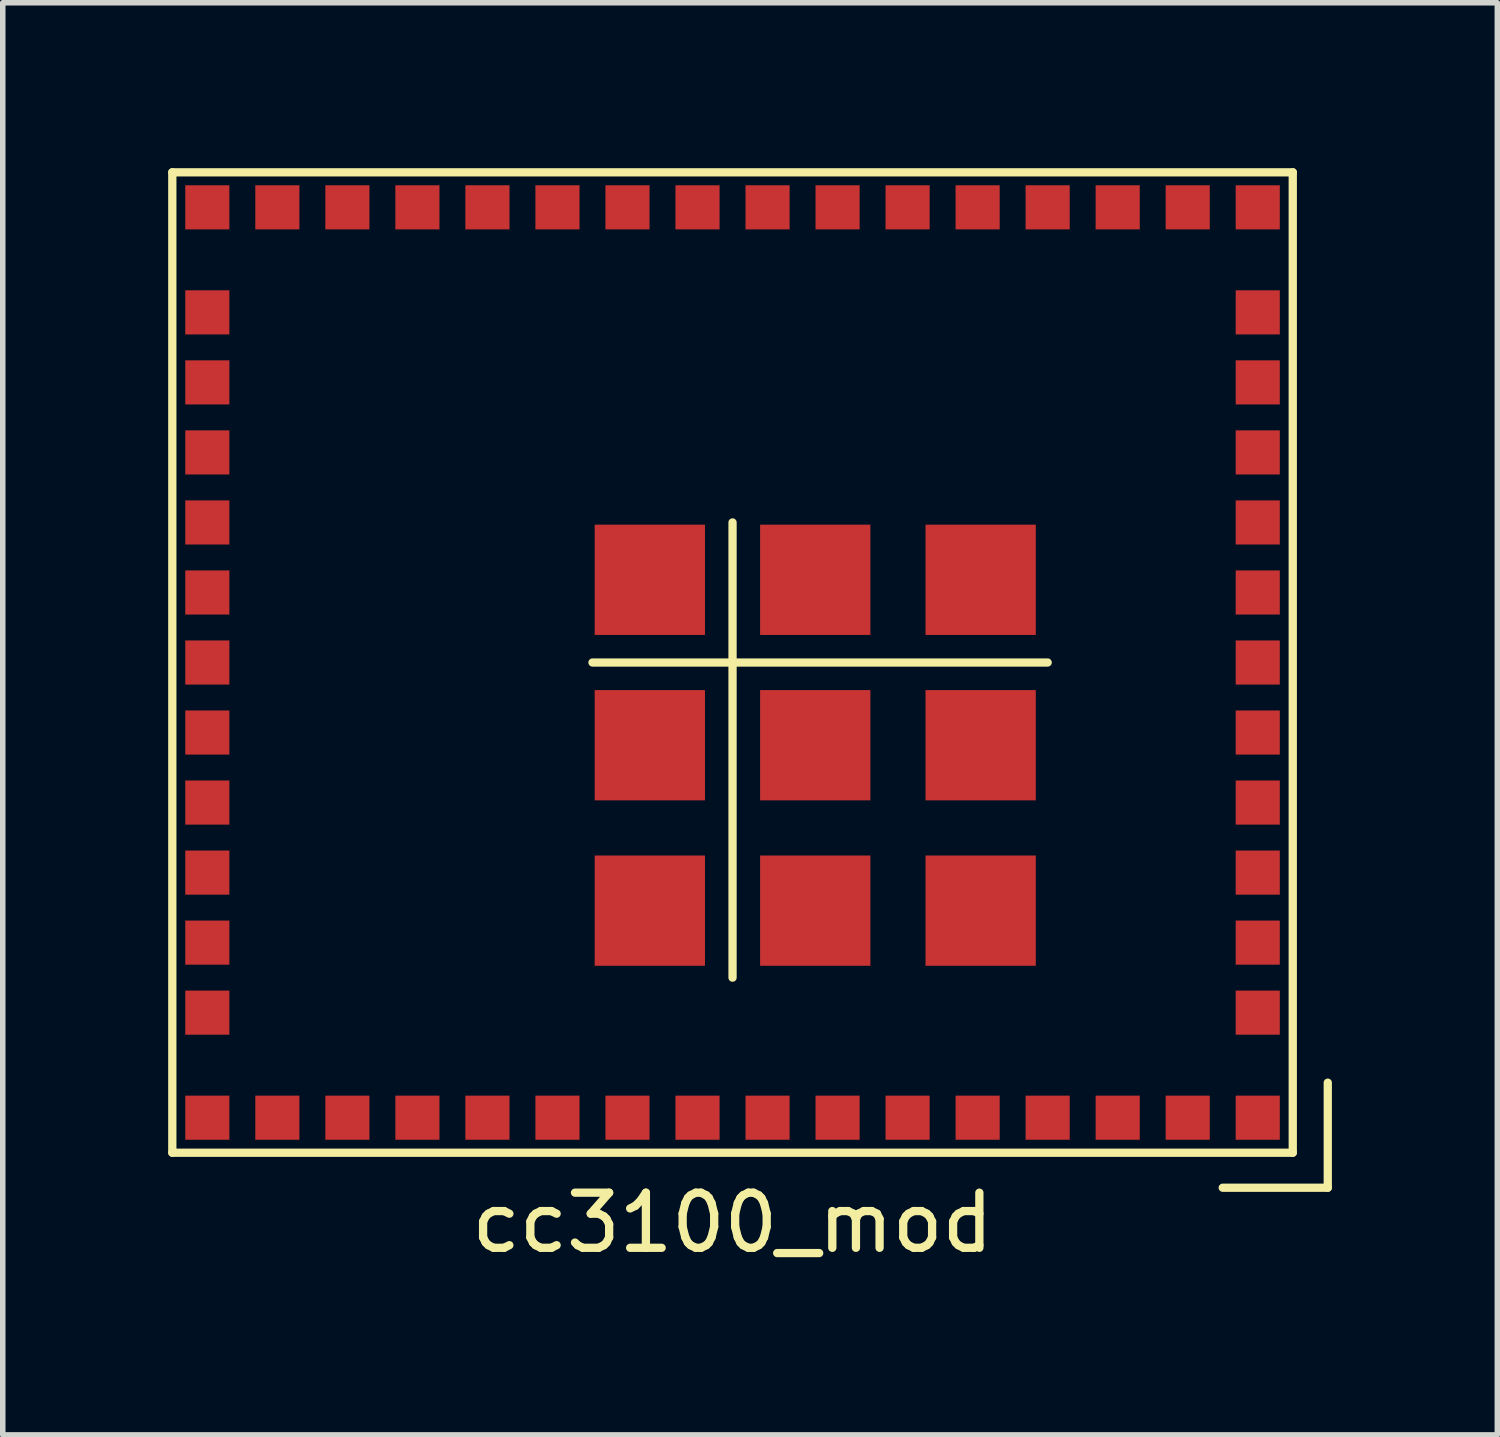
<source format=kicad_pcb>
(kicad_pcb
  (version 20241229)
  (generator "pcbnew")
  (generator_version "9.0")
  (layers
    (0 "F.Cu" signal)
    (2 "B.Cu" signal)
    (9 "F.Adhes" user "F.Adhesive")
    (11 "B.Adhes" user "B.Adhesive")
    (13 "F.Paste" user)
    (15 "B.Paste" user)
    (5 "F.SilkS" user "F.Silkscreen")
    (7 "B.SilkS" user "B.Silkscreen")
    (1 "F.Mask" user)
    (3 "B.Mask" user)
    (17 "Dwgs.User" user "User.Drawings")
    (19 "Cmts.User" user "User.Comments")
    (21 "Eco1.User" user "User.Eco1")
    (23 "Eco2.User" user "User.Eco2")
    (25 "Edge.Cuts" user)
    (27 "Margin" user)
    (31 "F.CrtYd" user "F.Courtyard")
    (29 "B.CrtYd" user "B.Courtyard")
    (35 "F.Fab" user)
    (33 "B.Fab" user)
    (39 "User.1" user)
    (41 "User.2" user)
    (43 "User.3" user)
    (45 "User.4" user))
  (footprint "cc3100_mod"
    (layer "F.Cu")
    (at 10.235 8.965)
    (property "Reference" "cc3100_mod" (at 0 10.16 0) (layer "F.SilkS") (effects (font (size 1 1) (thickness 0.15))))
    (attr through_hole)
    (fp_line (start -10.16 -8.89) (end 10.16 -8.89) (stroke (width 0.15) (type solid)) (layer "F.SilkS"))
    (fp_line (start -10.16 8.89) (end -10.16 -8.89) (stroke (width 0.15) (type solid)) (layer "F.SilkS"))
    (fp_line (start -2.54 0) (end 5.715 0) (stroke (width 0.15) (type solid)) (layer "F.SilkS"))
    (fp_line (start 0 -2.54) (end 0 5.715) (stroke (width 0.15) (type solid)) (layer "F.SilkS"))
    (fp_line (start 10.16 -8.89) (end 10.16 8.89) (stroke (width 0.15) (type solid)) (layer "F.SilkS"))
    (fp_line (start 10.16 8.89) (end -10.16 8.89) (stroke (width 0.15) (type solid)) (layer "F.SilkS"))
    (fp_line (start 10.795 7.62) (end 10.795 9.525) (stroke (width 0.15) (type solid)) (layer "F.SilkS"))
    (fp_line (start 10.795 9.525) (end 8.89 9.525) (stroke (width 0.15) (type solid)) (layer "F.SilkS"))
    (pad "1" smd rect (at 9.525 8.255) (size 0.8 0.8) (layers "F.Cu" "F.Mask" "F.Paste"))
    (pad "2" smd rect (at 8.255 8.255) (size 0.8 0.8) (layers "F.Cu" "F.Mask" "F.Paste"))
    (pad "3" smd rect (at 6.985 8.255) (size 0.8 0.8) (layers "F.Cu" "F.Mask" "F.Paste"))
    (pad "4" smd rect (at 5.715 8.255) (size 0.8 0.8) (layers "F.Cu" "F.Mask" "F.Paste"))
    (pad "5" smd rect (at 4.445 8.255) (size 0.8 0.8) (layers "F.Cu" "F.Mask" "F.Paste"))
    (pad "6" smd rect (at 3.175 8.255) (size 0.8 0.8) (layers "F.Cu" "F.Mask" "F.Paste"))
    (pad "7" smd rect (at 1.905 8.255) (size 0.8 0.8) (layers "F.Cu" "F.Mask" "F.Paste"))
    (pad "8" smd rect (at 0.635 8.255) (size 0.8 0.8) (layers "F.Cu" "F.Mask" "F.Paste"))
    (pad "9" smd rect (at -0.635 8.255) (size 0.8 0.8) (layers "F.Cu" "F.Mask" "F.Paste"))
    (pad "10" smd rect (at -1.905 8.255) (size 0.8 0.8) (layers "F.Cu" "F.Mask" "F.Paste"))
    (pad "11" smd rect (at -3.175 8.255) (size 0.8 0.8) (layers "F.Cu" "F.Mask" "F.Paste"))
    (pad "12" smd rect (at -4.445 8.255) (size 0.8 0.8) (layers "F.Cu" "F.Mask" "F.Paste"))
    (pad "13" smd rect (at -5.715 8.255) (size 0.8 0.8) (layers "F.Cu" "F.Mask" "F.Paste"))
    (pad "14" smd rect (at -6.985 8.255) (size 0.8 0.8) (layers "F.Cu" "F.Mask" "F.Paste"))
    (pad "15" smd rect (at -8.255 8.255) (size 0.8 0.8) (layers "F.Cu" "F.Mask" "F.Paste"))
    (pad "16" smd rect (at -9.525 8.255) (size 0.8 0.8) (layers "F.Cu" "F.Mask" "F.Paste"))
    (pad "17" smd rect (at -9.525 6.35) (size 0.8 0.8) (layers "F.Cu" "F.Mask" "F.Paste"))
    (pad "18" smd rect (at -9.525 5.08) (size 0.8 0.8) (layers "F.Cu" "F.Mask" "F.Paste"))
    (pad "19" smd rect (at -9.525 3.81) (size 0.8 0.8) (layers "F.Cu" "F.Mask" "F.Paste"))
    (pad "20" smd rect (at -9.525 2.54) (size 0.8 0.8) (layers "F.Cu" "F.Mask" "F.Paste"))
    (pad "21" smd rect (at -9.525 1.27) (size 0.8 0.8) (layers "F.Cu" "F.Mask" "F.Paste"))
    (pad "22" smd rect (at -9.525 0) (size 0.8 0.8) (layers "F.Cu" "F.Mask" "F.Paste"))
    (pad "23" smd rect (at -9.525 -1.27) (size 0.8 0.8) (layers "F.Cu" "F.Mask" "F.Paste"))
    (pad "24" smd rect (at -9.525 -2.54) (size 0.8 0.8) (layers "F.Cu" "F.Mask" "F.Paste"))
    (pad "25" smd rect (at -9.525 -3.81) (size 0.8 0.8) (layers "F.Cu" "F.Mask" "F.Paste"))
    (pad "26" smd rect (at -9.525 -5.08) (size 0.8 0.8) (layers "F.Cu" "F.Mask" "F.Paste"))
    (pad "27" smd rect (at -9.525 -6.35) (size 0.8 0.8) (layers "F.Cu" "F.Mask" "F.Paste"))
    (pad "28" smd rect (at -9.525 -8.255) (size 0.8 0.8) (layers "F.Cu" "F.Mask" "F.Paste"))
    (pad "29" smd rect (at -8.255 -8.255) (size 0.8 0.8) (layers "F.Cu" "F.Mask" "F.Paste"))
    (pad "30" smd rect (at -6.985 -8.255) (size 0.8 0.8) (layers "F.Cu" "F.Mask" "F.Paste"))
    (pad "31" smd rect (at -5.715 -8.255) (size 0.8 0.8) (layers "F.Cu" "F.Mask" "F.Paste"))
    (pad "32" smd rect (at -4.445 -8.255) (size 0.8 0.8) (layers "F.Cu" "F.Mask" "F.Paste"))
    (pad "33" smd rect (at -3.175 -8.255) (size 0.8 0.8) (layers "F.Cu" "F.Mask" "F.Paste"))
    (pad "34" smd rect (at -1.905 -8.255) (size 0.8 0.8) (layers "F.Cu" "F.Mask" "F.Paste"))
    (pad "35" smd rect (at -0.635 -8.255) (size 0.8 0.8) (layers "F.Cu" "F.Mask" "F.Paste"))
    (pad "36" smd rect (at 0.635 -8.255) (size 0.8 0.8) (layers "F.Cu" "F.Mask" "F.Paste"))
    (pad "37" smd rect (at 1.905 -8.255) (size 0.8 0.8) (layers "F.Cu" "F.Mask" "F.Paste"))
    (pad "38" smd rect (at 3.175 -8.255) (size 0.8 0.8) (layers "F.Cu" "F.Mask" "F.Paste"))
    (pad "39" smd rect (at 4.445 -8.255) (size 0.8 0.8) (layers "F.Cu" "F.Mask" "F.Paste"))
    (pad "40" smd rect (at 5.715 -8.255) (size 0.8 0.8) (layers "F.Cu" "F.Mask" "F.Paste"))
    (pad "41" smd rect (at 6.985 -8.255) (size 0.8 0.8) (layers "F.Cu" "F.Mask" "F.Paste"))
    (pad "42" smd rect (at 8.255 -8.255) (size 0.8 0.8) (layers "F.Cu" "F.Mask" "F.Paste"))
    (pad "43" smd rect (at 9.525 -8.255) (size 0.8 0.8) (layers "F.Cu" "F.Mask" "F.Paste"))
    (pad "44" smd rect (at 9.525 -6.35) (size 0.8 0.8) (layers "F.Cu" "F.Mask" "F.Paste"))
    (pad "45" smd rect (at 9.525 -5.08) (size 0.8 0.8) (layers "F.Cu" "F.Mask" "F.Paste"))
    (pad "46" smd rect (at 9.525 -3.81) (size 0.8 0.8) (layers "F.Cu" "F.Mask" "F.Paste"))
    (pad "47" smd rect (at 9.525 -2.54) (size 0.8 0.8) (layers "F.Cu" "F.Mask" "F.Paste"))
    (pad "48" smd rect (at 9.525 -1.27) (size 0.8 0.8) (layers "F.Cu" "F.Mask" "F.Paste"))
    (pad "49" smd rect (at 9.525 0) (size 0.8 0.8) (layers "F.Cu" "F.Mask" "F.Paste"))
    (pad "50" smd rect (at 9.525 1.27) (size 0.8 0.8) (layers "F.Cu" "F.Mask" "F.Paste"))
    (pad "51" smd rect (at 9.525 2.54) (size 0.8 0.8) (layers "F.Cu" "F.Mask" "F.Paste"))
    (pad "52" smd rect (at 9.525 3.81) (size 0.8 0.8) (layers "F.Cu" "F.Mask" "F.Paste"))
    (pad "53" smd rect (at 9.525 5.08) (size 0.8 0.8) (layers "F.Cu" "F.Mask" "F.Paste"))
    (pad "54" smd rect (at 9.525 6.35) (size 0.8 0.8) (layers "F.Cu" "F.Mask" "F.Paste"))
    (pad "55" smd rect (at 4.5 4.5) (size 2 2) (layers "F.Cu" "F.Mask" "F.Paste"))
    (pad "56" smd rect (at 1.5 4.5) (size 2 2) (layers "F.Cu" "F.Mask" "F.Paste"))
    (pad "57" smd rect (at -1.5 4.5) (size 2 2) (layers "F.Cu" "F.Mask" "F.Paste"))
    (pad "58" smd rect (at 4.5 1.5) (size 2 2) (layers "F.Cu" "F.Mask" "F.Paste"))
    (pad "59" smd rect (at 1.5 1.5) (size 2 2) (layers "F.Cu" "F.Mask" "F.Paste"))
    (pad "60" smd rect (at -1.5 1.5) (size 2 2) (layers "F.Cu" "F.Mask" "F.Paste"))
    (pad "61" smd rect (at 4.5 -1.5) (size 2 2) (layers "F.Cu" "F.Mask" "F.Paste"))
    (pad "62" smd rect (at 1.5 -1.5) (size 2 2) (layers "F.Cu" "F.Mask" "F.Paste"))
    (pad "63" smd rect (at -1.5 -1.5) (size 2 2) (layers "F.Cu" "F.Mask" "F.Paste")))
  (gr_rect
    (start -3 -3)
    (end 24.105 22.973)
    (stroke (width 0.1) (type default))
    (fill no)
    (layer "Edge.Cuts")))
</source>
